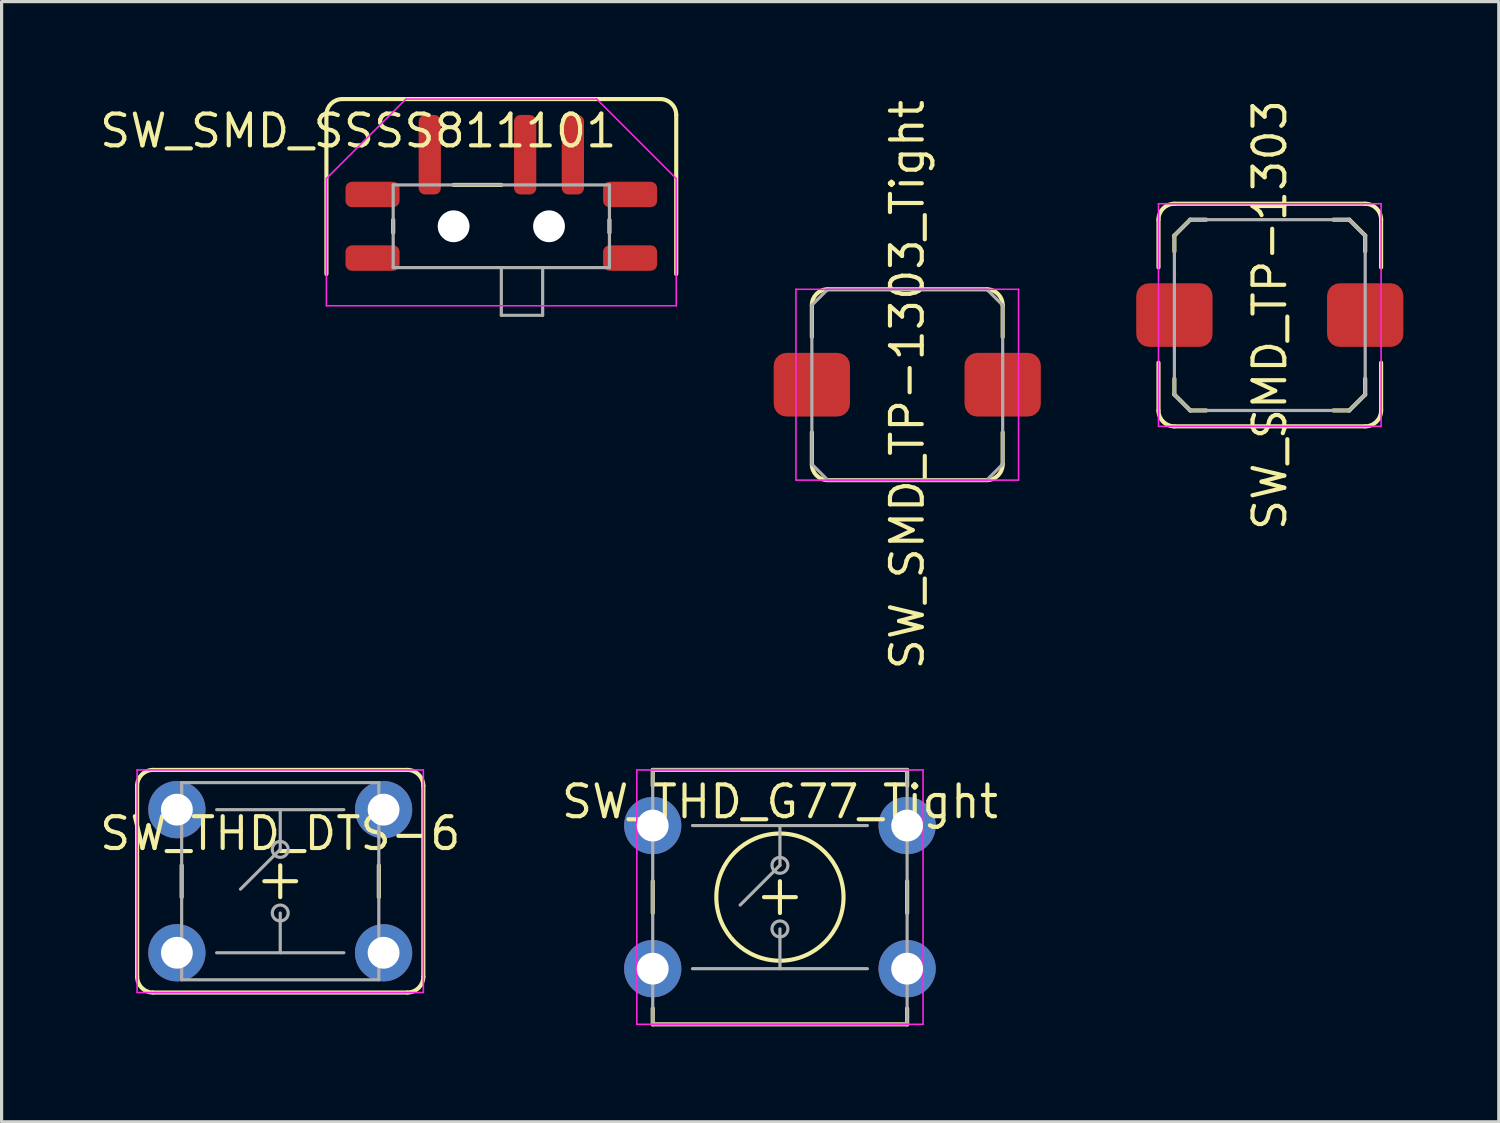
<source format=kicad_pcb>
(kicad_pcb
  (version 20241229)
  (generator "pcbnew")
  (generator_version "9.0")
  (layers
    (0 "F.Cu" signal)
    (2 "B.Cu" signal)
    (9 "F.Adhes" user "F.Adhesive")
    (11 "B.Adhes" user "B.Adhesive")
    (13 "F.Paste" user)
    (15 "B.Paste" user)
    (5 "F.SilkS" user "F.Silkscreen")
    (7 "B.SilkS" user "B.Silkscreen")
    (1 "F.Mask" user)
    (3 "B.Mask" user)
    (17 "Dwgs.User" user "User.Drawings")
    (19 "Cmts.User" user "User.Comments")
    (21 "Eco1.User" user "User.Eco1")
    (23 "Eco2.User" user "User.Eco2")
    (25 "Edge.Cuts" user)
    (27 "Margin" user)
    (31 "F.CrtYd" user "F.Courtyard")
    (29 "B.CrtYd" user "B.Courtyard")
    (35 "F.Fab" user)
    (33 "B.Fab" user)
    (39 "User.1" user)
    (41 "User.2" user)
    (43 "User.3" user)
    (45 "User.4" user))
  (footprint "SW_THD_DTS-6"
    (layer "F.Cu")
    (at 5.762 24.66)
    (property "Reference" "SW_THD_DTS-6" (at 0 -1.5 0) (layer "F.SilkS") (effects (font (size 1 1) (thickness 0.13))))
    (attr through_hole)
    (fp_line (start -4.5 3) (end -4.5 -3) (stroke (width 0.13) (type solid)) (layer "F.SilkS"))
    (fp_line (start -4 3.5) (end 4 3.5) (stroke (width 0.13) (type solid)) (layer "F.SilkS"))
    (fp_line (start -3.1 -0.5) (end -3.1 0.5) (stroke (width 0.13) (type solid)) (layer "F.SilkS"))
    (fp_line (start -0.5 0) (end 0.5 0) (stroke (width 0.13) (type solid)) (layer "F.SilkS"))
    (fp_line (start 0 -0.5) (end 0 0.5) (stroke (width 0.13) (type solid)) (layer "F.SilkS"))
    (fp_line (start 3.1 -0.5) (end 3.1 0.5) (stroke (width 0.13) (type solid)) (layer "F.SilkS"))
    (fp_line (start 4 -3.5) (end -4 -3.5) (stroke (width 0.13) (type solid)) (layer "F.SilkS"))
    (fp_line (start 4.5 3) (end 4.5 -3) (stroke (width 0.13) (type solid)) (layer "F.SilkS"))
    (fp_arc (start -4.5 -3) (mid -4.353553 -3.353553) (end -4 -3.5) (stroke (width 0.13) (type solid)) (layer "F.SilkS"))
    (fp_arc (start -4 3.5) (mid -4.353553 3.353553) (end -4.5 3) (stroke (width 0.13) (type solid)) (layer "F.SilkS"))
    (fp_arc (start 4 -3.5) (mid 4.353553 -3.353553) (end 4.5 -3) (stroke (width 0.13) (type solid)) (layer "F.SilkS"))
    (fp_arc (start 4.5 3) (mid 4.353553 3.353553) (end 4 3.5) (stroke (width 0.13) (type solid)) (layer "F.SilkS"))
    (fp_line (start -4.5 -3.5) (end 4.5 -3.5) (stroke (width 0.05) (type solid)) (layer "F.CrtYd"))
    (fp_line (start -4.5 3.5) (end -4.5 -3.5) (stroke (width 0.05) (type solid)) (layer "F.CrtYd"))
    (fp_line (start 4.5 -3.5) (end 4.5 3.5) (stroke (width 0.05) (type solid)) (layer "F.CrtYd"))
    (fp_line (start 4.5 3.5) (end -4.5 3.5) (stroke (width 0.05) (type solid)) (layer "F.CrtYd"))
    (fp_line (start -3.1 -3.1) (end 3.1 -3.1) (stroke (width 0.1) (type solid)) (layer "F.Fab"))
    (fp_line (start -3.1 3.1) (end -3.1 -3.1) (stroke (width 0.1) (type solid)) (layer "F.Fab"))
    (fp_line (start -2 -2.25) (end 2 -2.25) (stroke (width 0.1) (type solid)) (layer "F.Fab"))
    (fp_line (start 0 -1) (end -1.25 0.25) (stroke (width 0.1) (type solid)) (layer "F.Fab"))
    (fp_line (start 0 -1) (end 0 -2.25) (stroke (width 0.1) (type solid)) (layer "F.Fab"))
    (fp_line (start 0 1) (end 0 2.25) (stroke (width 0.1) (type solid)) (layer "F.Fab"))
    (fp_line (start 2 2.25) (end -2 2.25) (stroke (width 0.1) (type solid)) (layer "F.Fab"))
    (fp_line (start 3.1 -3.1) (end 3.1 3.1) (stroke (width 0.1) (type solid)) (layer "F.Fab"))
    (fp_line (start 3.1 3.1) (end -3.1 3.1) (stroke (width 0.1) (type solid)) (layer "F.Fab"))
    (fp_circle (center 0 -1) (end 0.25 -1) (stroke (width 0.1) (type solid)) (fill no) (layer "F.Fab"))
    (fp_circle (center 0 1) (end 0.25 1) (stroke (width 0.1) (type solid)) (fill no) (layer "F.Fab"))
    (pad "1" thru_hole circle (at -3.25 -2.25) (size 1.8 1.8) (drill 1) (layers "*.Cu" "*.Mask"))
    (pad "2" thru_hole circle (at 3.25 -2.25) (size 1.8 1.8) (drill 1) (layers "*.Cu" "*.Mask"))
    (pad "3" thru_hole circle (at -3.25 2.25 180) (size 1.8 1.8) (drill 1) (layers "*.Cu" "*.Mask"))
    (pad "4" thru_hole circle (at 3.25 2.25 180) (size 1.8 1.8) (drill 1) (layers "*.Cu" "*.Mask")))
  (footprint "SW_SMD_TP-1303"
    (layer "F.Cu")
    (at 36.879 6.857)
    (property "Reference" "SW_SMD_TP-1303" (at 0 0 90) (layer "F.SilkS") (effects (font (size 1 1) (thickness 0.13))))
    (attr smd)
    (fp_line (start -3.5 -1.5) (end -3.5 -3) (stroke (width 0.13) (type solid)) (layer "F.SilkS"))
    (fp_line (start -3.5 3) (end -3.5 1.5) (stroke (width 0.13) (type solid)) (layer "F.SilkS"))
    (fp_line (start -3 -3.5) (end 3 -3.5) (stroke (width 0.13) (type solid)) (layer "F.SilkS"))
    (fp_line (start -3 -2.5) (end -3 -2) (stroke (width 0.13) (type solid)) (layer "F.SilkS"))
    (fp_line (start -3 2.5) (end -3 2) (stroke (width 0.13) (type solid)) (layer "F.SilkS"))
    (fp_line (start -2.5 -3) (end -3 -2.5) (stroke (width 0.13) (type solid)) (layer "F.SilkS"))
    (fp_line (start -2.5 3) (end -3 2.5) (stroke (width 0.13) (type solid)) (layer "F.SilkS"))
    (fp_line (start -2 -3) (end -2.5 -3) (stroke (width 0.13) (type solid)) (layer "F.SilkS"))
    (fp_line (start -2 3) (end -2.5 3) (stroke (width 0.13) (type solid)) (layer "F.SilkS"))
    (fp_line (start 2.5 -3) (end 2 -3) (stroke (width 0.13) (type solid)) (layer "F.SilkS"))
    (fp_line (start 2.5 3) (end 2 3) (stroke (width 0.13) (type solid)) (layer "F.SilkS"))
    (fp_line (start 3 -2.5) (end 2.5 -3) (stroke (width 0.13) (type solid)) (layer "F.SilkS"))
    (fp_line (start 3 -2) (end 3 -2.5) (stroke (width 0.13) (type solid)) (layer "F.SilkS"))
    (fp_line (start 3 2) (end 3 2.5) (stroke (width 0.13) (type solid)) (layer "F.SilkS"))
    (fp_line (start 3 2.5) (end 2.5 3) (stroke (width 0.13) (type solid)) (layer "F.SilkS"))
    (fp_line (start 3 3.5) (end -3 3.5) (stroke (width 0.13) (type solid)) (layer "F.SilkS"))
    (fp_line (start 3.5 -1.5) (end 3.5 -3) (stroke (width 0.13) (type solid)) (layer "F.SilkS"))
    (fp_line (start 3.5 3) (end 3.5 1.5) (stroke (width 0.13) (type solid)) (layer "F.SilkS"))
    (fp_arc (start -3.5 -3) (mid -3.353553 -3.353553) (end -3 -3.5) (stroke (width 0.13) (type solid)) (layer "F.SilkS"))
    (fp_arc (start -3 3.5) (mid -3.353553 3.353553) (end -3.5 3) (stroke (width 0.13) (type solid)) (layer "F.SilkS"))
    (fp_arc (start 3 -3.5) (mid 3.353553 -3.353553) (end 3.5 -3) (stroke (width 0.13) (type solid)) (layer "F.SilkS"))
    (fp_arc (start 3.5 3) (mid 3.353553 3.353553) (end 3 3.5) (stroke (width 0.13) (type solid)) (layer "F.SilkS"))
    (fp_line (start -3.5 -3.5) (end -3.5 3.5) (stroke (width 0.05) (type solid)) (layer "F.CrtYd"))
    (fp_line (start -3.5 3.5) (end 3.5 3.5) (stroke (width 0.05) (type solid)) (layer "F.CrtYd"))
    (fp_line (start 3.5 -3.5) (end -3.5 -3.5) (stroke (width 0.05) (type solid)) (layer "F.CrtYd"))
    (fp_line (start 3.5 3.5) (end 3.5 -3.5) (stroke (width 0.05) (type solid)) (layer "F.CrtYd"))
    (fp_line (start -3 -2.5) (end -2.5 -3) (stroke (width 0.1) (type solid)) (layer "F.Fab"))
    (fp_line (start -3 2.5) (end -3 -2.5) (stroke (width 0.1) (type solid)) (layer "F.Fab"))
    (fp_line (start -2.5 -3) (end 2.5 -3) (stroke (width 0.1) (type solid)) (layer "F.Fab"))
    (fp_line (start -2.5 3) (end -3 2.5) (stroke (width 0.1) (type solid)) (layer "F.Fab"))
    (fp_line (start 2.5 -3) (end 3 -2.5) (stroke (width 0.1) (type solid)) (layer "F.Fab"))
    (fp_line (start 2.5 3) (end -2.5 3) (stroke (width 0.1) (type solid)) (layer "F.Fab"))
    (fp_line (start 3 -2.5) (end 3 2.5) (stroke (width 0.1) (type solid)) (layer "F.Fab"))
    (fp_line (start 3 2.5) (end 2.5 3) (stroke (width 0.1) (type solid)) (layer "F.Fab"))
    (pad "1" smd roundrect (at -3 0) (size 2.4 2) (layers "F.Cu" "F.Mask" "F.Paste") (roundrect_rratio 0.2))
    (pad "2" smd roundrect (at 3 0) (size 2.4 2) (layers "F.Cu" "F.Mask" "F.Paste") (roundrect_rratio 0.2)))
  (footprint "SW_THD_G77_Tight"
    (layer "F.Cu")
    (at 21.475 25.16)
    (property "Reference" "SW_THD_G77_Tight" (at 0 -3 0) (layer "F.SilkS") (effects (font (size 1 1) (thickness 0.13))))
    (attr through_hole)
    (fp_line (start -4 -4) (end 4 -4) (stroke (width 0.13) (type solid)) (layer "F.SilkS"))
    (fp_line (start -4 -3.5) (end -4 -4) (stroke (width 0.13) (type solid)) (layer "F.SilkS"))
    (fp_line (start -4 -0.5) (end -4 0.5) (stroke (width 0.13) (type solid)) (layer "F.SilkS"))
    (fp_line (start -4 4) (end -4 3.5) (stroke (width 0.13) (type solid)) (layer "F.SilkS"))
    (fp_line (start -0.5 0) (end 0.5 0) (stroke (width 0.13) (type solid)) (layer "F.SilkS"))
    (fp_line (start 0 -0.5) (end 0 0.5) (stroke (width 0.13) (type solid)) (layer "F.SilkS"))
    (fp_line (start 4 -4) (end 4 -3.5) (stroke (width 0.13) (type solid)) (layer "F.SilkS"))
    (fp_line (start 4 -0.5) (end 4 0.5) (stroke (width 0.13) (type solid)) (layer "F.SilkS"))
    (fp_line (start 4 3.5) (end 4 4) (stroke (width 0.13) (type solid)) (layer "F.SilkS"))
    (fp_line (start 4 4) (end -4 4) (stroke (width 0.13) (type solid)) (layer "F.SilkS"))
    (fp_circle (center 0 0) (end 2 0) (stroke (width 0.13) (type solid)) (fill no) (layer "F.SilkS"))
    (fp_line (start -4.5 -4) (end 4.5 -4) (stroke (width 0.05) (type solid)) (layer "F.CrtYd"))
    (fp_line (start -4.5 4) (end -4.5 -4) (stroke (width 0.05) (type solid)) (layer "F.CrtYd"))
    (fp_line (start 4.5 -4) (end 4.5 4) (stroke (width 0.05) (type solid)) (layer "F.CrtYd"))
    (fp_line (start 4.5 4) (end -4.5 4) (stroke (width 0.05) (type solid)) (layer "F.CrtYd"))
    (fp_line (start -4 -4) (end 4 -4) (stroke (width 0.1) (type solid)) (layer "F.Fab"))
    (fp_line (start -4 4) (end -4 -4) (stroke (width 0.1) (type solid)) (layer "F.Fab"))
    (fp_line (start -2.75 -2.25) (end 2.75 -2.25) (stroke (width 0.1) (type solid)) (layer "F.Fab"))
    (fp_line (start 0 -1) (end -1.25 0.25) (stroke (width 0.1) (type solid)) (layer "F.Fab"))
    (fp_line (start 0 -1) (end 0 -2.25) (stroke (width 0.1) (type solid)) (layer "F.Fab"))
    (fp_line (start 0 1) (end 0 2.25) (stroke (width 0.1) (type solid)) (layer "F.Fab"))
    (fp_line (start 2.75 2.25) (end -2.75 2.25) (stroke (width 0.1) (type solid)) (layer "F.Fab"))
    (fp_line (start 4 -4) (end 4 4) (stroke (width 0.1) (type solid)) (layer "F.Fab"))
    (fp_line (start 4 4) (end -4 4) (stroke (width 0.1) (type solid)) (layer "F.Fab"))
    (fp_circle (center 0 -1) (end 0.25 -1) (stroke (width 0.1) (type solid)) (fill no) (layer "F.Fab"))
    (fp_circle (center 0 1) (end 0.25 1) (stroke (width 0.1) (type solid)) (fill no) (layer "F.Fab"))
    (pad "1" thru_hole circle (at -4 -2.25) (size 1.8 1.8) (drill 1) (layers "*.Cu" "*.Mask"))
    (pad "2" thru_hole circle (at 4 -2.25) (size 1.8 1.8) (drill 1) (layers "*.Cu" "*.Mask"))
    (pad "3" thru_hole circle (at -4 2.25 180) (size 1.8 1.8) (drill 1) (layers "*.Cu" "*.Mask"))
    (pad "4" thru_hole circle (at 4 2.25 180) (size 1.8 1.8) (drill 1) (layers "*.Cu" "*.Mask")))
  (footprint "SW_SMD_TP-1303_Tight"
    (layer "F.Cu")
    (at 25.479 9.047)
    (property "Reference" "SW_SMD_TP-1303_Tight" (at 0 0 90) (layer "F.SilkS") (effects (font (size 1 1) (thickness 0.13))))
    (attr smd)
    (fp_line (start -3 -1.5) (end -3 -2.5) (stroke (width 0.13) (type solid)) (layer "F.SilkS"))
    (fp_line (start -3 2.5) (end -3 1.5) (stroke (width 0.13) (type solid)) (layer "F.SilkS"))
    (fp_line (start -2.5 -3) (end 2.5 -3) (stroke (width 0.13) (type solid)) (layer "F.SilkS"))
    (fp_line (start 2.5 3) (end -2.5 3) (stroke (width 0.13) (type solid)) (layer "F.SilkS"))
    (fp_line (start 3 -1.5) (end 3 -2.5) (stroke (width 0.13) (type solid)) (layer "F.SilkS"))
    (fp_line (start 3 2.5) (end 3 1.5) (stroke (width 0.13) (type solid)) (layer "F.SilkS"))
    (fp_arc (start -3 -2.5) (mid -2.853553 -2.853553) (end -2.5 -3) (stroke (width 0.13) (type solid)) (layer "F.SilkS"))
    (fp_arc (start -2.5 3) (mid -2.853553 2.853553) (end -3 2.5) (stroke (width 0.13) (type solid)) (layer "F.SilkS"))
    (fp_arc (start 2.5 -3) (mid 2.853553 -2.853553) (end 3 -2.5) (stroke (width 0.13) (type solid)) (layer "F.SilkS"))
    (fp_arc (start 3 2.5) (mid 2.853553 2.853553) (end 2.5 3) (stroke (width 0.13) (type solid)) (layer "F.SilkS"))
    (fp_line (start -3.5 -3) (end -3.5 3) (stroke (width 0.05) (type solid)) (layer "F.CrtYd"))
    (fp_line (start -3.5 3) (end 3.5 3) (stroke (width 0.05) (type solid)) (layer "F.CrtYd"))
    (fp_line (start 3.5 -3) (end -3.5 -3) (stroke (width 0.05) (type solid)) (layer "F.CrtYd"))
    (fp_line (start 3.5 3) (end 3.5 -3) (stroke (width 0.05) (type solid)) (layer "F.CrtYd"))
    (fp_line (start -3 -2.5) (end -2.5 -3) (stroke (width 0.1) (type solid)) (layer "F.Fab"))
    (fp_line (start -3 2.5) (end -3 -2.5) (stroke (width 0.1) (type solid)) (layer "F.Fab"))
    (fp_line (start -2.5 -3) (end 2.5 -3) (stroke (width 0.1) (type solid)) (layer "F.Fab"))
    (fp_line (start -2.5 3) (end -3 2.5) (stroke (width 0.1) (type solid)) (layer "F.Fab"))
    (fp_line (start 2.5 -3) (end 3 -2.5) (stroke (width 0.1) (type solid)) (layer "F.Fab"))
    (fp_line (start 2.5 3) (end -2.5 3) (stroke (width 0.1) (type solid)) (layer "F.Fab"))
    (fp_line (start 3 -2.5) (end 3 2.5) (stroke (width 0.1) (type solid)) (layer "F.Fab"))
    (fp_line (start 3 2.5) (end 2.5 3) (stroke (width 0.1) (type solid)) (layer "F.Fab"))
    (pad "1" smd roundrect (at -3 0) (size 2.4 2) (layers "F.Cu" "F.Mask" "F.Paste") (roundrect_rratio 0.2))
    (pad "2" smd roundrect (at 3 0) (size 2.4 2) (layers "F.Cu" "F.Mask" "F.Paste") (roundrect_rratio 0.2)))
  (footprint "SW_SMD_SSSS811101"
    (layer "F.Cu")
    (at 12.714 4.065)
    (property "Reference" "SW_SMD_SSSS811101" (at -4.5 -3 0) (layer "F.SilkS") (effects (font (size 1 1) (thickness 0.13))))
    (attr smd)
    (fp_line (start -5.5 1.5) (end -5.5 -3.5) (stroke (width 0.13) (type solid)) (layer "F.SilkS"))
    (fp_line (start -5 -4) (end 5 -4) (stroke (width 0.13) (type solid)) (layer "F.SilkS"))
    (fp_line (start -3.4 -0.2) (end -3.4 0.2) (stroke (width 0.13) (type solid)) (layer "F.SilkS"))
    (fp_line (start 0 -1.3) (end -1.5 -1.3) (stroke (width 0.13) (type solid)) (layer "F.SilkS"))
    (fp_line (start 3.4 -0.2) (end 3.4 0.2) (stroke (width 0.13) (type solid)) (layer "F.SilkS"))
    (fp_line (start 5.5 -3.5) (end 5.5 1.5) (stroke (width 0.13) (type solid)) (layer "F.SilkS"))
    (fp_arc (start -5.5 -3.5) (mid -5.353553 -3.853553) (end -5 -4) (stroke (width 0.13) (type solid)) (layer "F.SilkS"))
    (fp_arc (start 5 -4) (mid 5.353553 -3.853553) (end 5.5 -3.5) (stroke (width 0.13) (type solid)) (layer "F.SilkS"))
    (fp_line (start -5.5 -1.5) (end -5.5 2.5) (stroke (width 0.05) (type solid)) (layer "F.CrtYd"))
    (fp_line (start -5.5 -1.5) (end -3 -4) (stroke (width 0.05) (type solid)) (layer "F.CrtYd"))
    (fp_line (start -5.5 2.5) (end 5.5 2.5) (stroke (width 0.05) (type solid)) (layer "F.CrtYd"))
    (fp_line (start 3 -4) (end -3 -4) (stroke (width 0.05) (type solid)) (layer "F.CrtYd"))
    (fp_line (start 3 -4) (end 5.5 -1.5) (stroke (width 0.05) (type solid)) (layer "F.CrtYd"))
    (fp_line (start 5.5 2.5) (end 5.5 -1.5) (stroke (width 0.05) (type solid)) (layer "F.CrtYd"))
    (fp_line (start -3.4 -1.3) (end 3.4 -1.3) (stroke (width 0.1) (type solid)) (layer "F.Fab"))
    (fp_line (start -3.4 1.3) (end -3.4 -1.3) (stroke (width 0.1) (type solid)) (layer "F.Fab"))
    (fp_line (start -3.4 1.3) (end 3.4 1.3) (stroke (width 0.1) (type solid)) (layer "F.Fab"))
    (fp_line (start 0 1.3) (end 0 2.8) (stroke (width 0.1) (type solid)) (layer "F.Fab"))
    (fp_line (start 0 2.8) (end 1.3 2.8) (stroke (width 0.1) (type solid)) (layer "F.Fab"))
    (fp_line (start 1.3 2.8) (end 1.3 1.3) (stroke (width 0.1) (type solid)) (layer "F.Fab"))
    (fp_line (start 3.4 -1.3) (end 3.4 1.3) (stroke (width 0.1) (type solid)) (layer "F.Fab"))
    (pad "" np_thru_hole circle (at -1.5 0) (size 1 1) (drill 1) (layers "*.Cu" "*.Mask"))
    (pad "" np_thru_hole circle (at 1.5 0) (size 1 1) (drill 1) (layers "*.Cu" "*.Mask"))
    (pad "1" smd roundrect (at -2.25 -2.25) (size 0.7 2.5) (layers "F.Cu" "F.Mask" "F.Paste") (roundrect_rratio 0.286))
    (pad "2" smd roundrect (at 0.75 -2.25) (size 0.7 2.5) (layers "F.Cu" "F.Mask" "F.Paste") (roundrect_rratio 0.286))
    (pad "3" smd roundrect (at 2.25 -2.25) (size 0.7 2.5) (layers "F.Cu" "F.Mask" "F.Paste") (roundrect_rratio 0.286))
    (pad "SH" smd roundrect (at -4.05 -1 180) (size 1.7 0.8) (layers "F.Cu" "F.Mask" "F.Paste") (roundrect_rratio 0.25))
    (pad "SH" smd roundrect (at -4.05 1 180) (size 1.7 0.8) (layers "F.Cu" "F.Mask" "F.Paste") (roundrect_rratio 0.25))
    (pad "SH" smd roundrect (at 4.05 -1) (size 1.7 0.8) (layers "F.Cu" "F.Mask" "F.Paste") (roundrect_rratio 0.25))
    (pad "SH" smd roundrect (at 4.05 1) (size 1.7 0.8) (layers "F.Cu" "F.Mask" "F.Paste") (roundrect_rratio 0.25)))
  (gr_rect
    (start -3 -3)
    (end 44.079 32.225)
    (stroke (width 0.1) (type default))
    (fill no)
    (layer "Edge.Cuts")))
</source>
